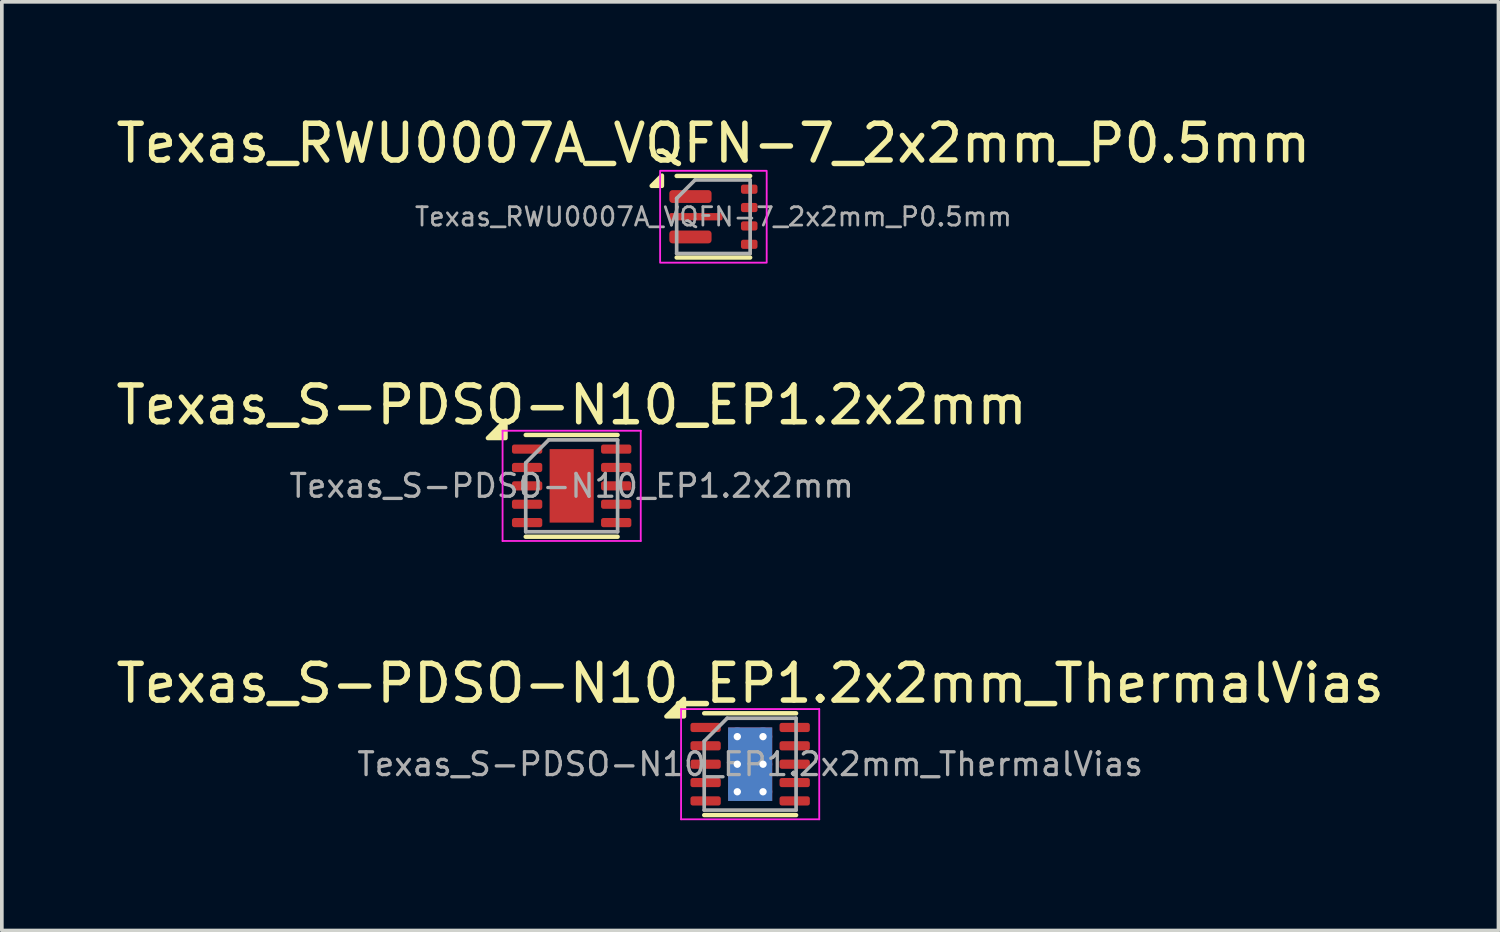
<source format=kicad_pcb>
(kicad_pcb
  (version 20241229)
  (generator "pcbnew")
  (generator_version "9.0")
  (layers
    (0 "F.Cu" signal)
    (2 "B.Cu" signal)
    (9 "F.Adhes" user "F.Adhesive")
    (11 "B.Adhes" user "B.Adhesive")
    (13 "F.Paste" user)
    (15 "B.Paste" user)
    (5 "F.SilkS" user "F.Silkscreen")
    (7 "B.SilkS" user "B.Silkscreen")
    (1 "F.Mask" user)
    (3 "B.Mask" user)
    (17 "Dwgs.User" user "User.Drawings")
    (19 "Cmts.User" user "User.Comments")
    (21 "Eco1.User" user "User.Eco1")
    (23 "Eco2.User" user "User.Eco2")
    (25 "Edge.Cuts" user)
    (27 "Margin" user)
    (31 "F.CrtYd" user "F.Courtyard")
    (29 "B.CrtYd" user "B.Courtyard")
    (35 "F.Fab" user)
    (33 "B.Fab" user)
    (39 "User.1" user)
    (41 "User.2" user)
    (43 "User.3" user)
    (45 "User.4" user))
  (footprint "Texas_S-PDSO-N10_EP1.2x2mm"
    (layer "F.Cu")
    (at 12.506 10.171)
    (property "Reference" "Texas_S-PDSO-N10_EP1.2x2mm" (at 0 -2.2 0) (layer "F.SilkS") (effects (font (size 1 1) (thickness 0.15))))
    (attr smd)
    (fp_line (start -1.25 -1.385) (end 1.25 -1.385) (stroke (width 0.12) (type solid)) (layer "F.SilkS"))
    (fp_line (start -1.25 1.385) (end 1.25 1.385) (stroke (width 0.12) (type solid)) (layer "F.SilkS"))
    (fp_poly (pts (xy -1.8 -1.3) (xy -2.28 -1.3) (xy -1.8 -1.78) (xy -1.8 -1.3)) (stroke (width 0.12) (type solid)) (fill yes) (layer "F.SilkS"))
    (fp_line (start -1.88 -1.5) (end -1.88 1.5) (stroke (width 0.05) (type solid)) (layer "F.CrtYd"))
    (fp_line (start -1.88 1.5) (end 1.88 1.5) (stroke (width 0.05) (type solid)) (layer "F.CrtYd"))
    (fp_line (start 1.88 -1.5) (end -1.88 -1.5) (stroke (width 0.05) (type solid)) (layer "F.CrtYd"))
    (fp_line (start 1.88 1.5) (end 1.88 -1.5) (stroke (width 0.05) (type solid)) (layer "F.CrtYd"))
    (fp_line (start -1.25 -0.625) (end -0.625 -1.25) (stroke (width 0.1) (type solid)) (layer "F.Fab"))
    (fp_line (start -1.25 1.25) (end -1.25 -0.625) (stroke (width 0.1) (type solid)) (layer "F.Fab"))
    (fp_line (start -0.625 -1.25) (end 1.25 -1.25) (stroke (width 0.1) (type solid)) (layer "F.Fab"))
    (fp_line (start 1.25 -1.25) (end 1.25 1.25) (stroke (width 0.1) (type solid)) (layer "F.Fab"))
    (fp_line (start 1.25 1.25) (end -1.25 1.25) (stroke (width 0.1) (type solid)) (layer "F.Fab"))
    (fp_text user "${REFERENCE}" (at 0 0 0) (layer "F.Fab") (effects (font (size 0.62 0.62) (thickness 0.09))))
    (pad "" smd roundrect (at -0.3 -0.5) (size 0.48 0.81) (layers "F.Paste") (roundrect_rratio 0.25))
    (pad "" smd roundrect (at -0.3 0.5) (size 0.48 0.81) (layers "F.Paste") (roundrect_rratio 0.25))
    (pad "" smd roundrect (at 0.3 -0.5) (size 0.48 0.81) (layers "F.Paste") (roundrect_rratio 0.25))
    (pad "" smd roundrect (at 0.3 0.5) (size 0.48 0.81) (layers "F.Paste") (roundrect_rratio 0.25))
    (pad "1" smd roundrect (at -1.212 -1) (size 0.825 0.25) (layers "F.Cu" "F.Mask" "F.Paste") (roundrect_rratio 0.25))
    (pad "2" smd roundrect (at -1.212 -0.5) (size 0.825 0.25) (layers "F.Cu" "F.Mask" "F.Paste") (roundrect_rratio 0.25))
    (pad "3" smd roundrect (at -1.212 0) (size 0.825 0.25) (layers "F.Cu" "F.Mask" "F.Paste") (roundrect_rratio 0.25))
    (pad "4" smd roundrect (at -1.212 0.5) (size 0.825 0.25) (layers "F.Cu" "F.Mask" "F.Paste") (roundrect_rratio 0.25))
    (pad "5" smd roundrect (at -1.212 1) (size 0.825 0.25) (layers "F.Cu" "F.Mask" "F.Paste") (roundrect_rratio 0.25))
    (pad "6" smd roundrect (at 1.212 1) (size 0.825 0.25) (layers "F.Cu" "F.Mask" "F.Paste") (roundrect_rratio 0.25))
    (pad "7" smd roundrect (at 1.212 0.5) (size 0.825 0.25) (layers "F.Cu" "F.Mask" "F.Paste") (roundrect_rratio 0.25))
    (pad "8" smd roundrect (at 1.212 0) (size 0.825 0.25) (layers "F.Cu" "F.Mask" "F.Paste") (roundrect_rratio 0.25))
    (pad "9" smd roundrect (at 1.212 -0.5) (size 0.825 0.25) (layers "F.Cu" "F.Mask" "F.Paste") (roundrect_rratio 0.25))
    (pad "10" smd roundrect (at 1.212 -1) (size 0.825 0.25) (layers "F.Cu" "F.Mask" "F.Paste") (roundrect_rratio 0.25))
    (pad "11" smd rect (at 0 0) (size 1.2 2) (property pad_prop_heatsink) (layers "F.Cu" "F.Mask")))
  (footprint "Texas_S-PDSO-N10_EP1.2x2mm_ThermalVias"
    (layer "F.Cu")
    (at 17.363 17.745)
    (property "Reference" "Texas_S-PDSO-N10_EP1.2x2mm_ThermalVias" (at 0 -2.2 0) (layer "F.SilkS") (effects (font (size 1 1) (thickness 0.15))))
    (attr smd)
    (fp_line (start -1.25 -1.385) (end 1.25 -1.385) (stroke (width 0.12) (type solid)) (layer "F.SilkS"))
    (fp_line (start -1.25 1.385) (end 1.25 1.385) (stroke (width 0.12) (type solid)) (layer "F.SilkS"))
    (fp_poly (pts (xy -1.8 -1.3) (xy -2.28 -1.3) (xy -1.8 -1.78) (xy -1.8 -1.3)) (stroke (width 0.12) (type solid)) (fill yes) (layer "F.SilkS"))
    (fp_line (start -1.88 -1.5) (end -1.88 1.5) (stroke (width 0.05) (type solid)) (layer "F.CrtYd"))
    (fp_line (start -1.88 1.5) (end 1.88 1.5) (stroke (width 0.05) (type solid)) (layer "F.CrtYd"))
    (fp_line (start 1.88 -1.5) (end -1.88 -1.5) (stroke (width 0.05) (type solid)) (layer "F.CrtYd"))
    (fp_line (start 1.88 1.5) (end 1.88 -1.5) (stroke (width 0.05) (type solid)) (layer "F.CrtYd"))
    (fp_line (start -1.25 -0.625) (end -0.625 -1.25) (stroke (width 0.1) (type solid)) (layer "F.Fab"))
    (fp_line (start -1.25 1.25) (end -1.25 -0.625) (stroke (width 0.1) (type solid)) (layer "F.Fab"))
    (fp_line (start -0.625 -1.25) (end 1.25 -1.25) (stroke (width 0.1) (type solid)) (layer "F.Fab"))
    (fp_line (start 1.25 -1.25) (end 1.25 1.25) (stroke (width 0.1) (type solid)) (layer "F.Fab"))
    (fp_line (start 1.25 1.25) (end -1.25 1.25) (stroke (width 0.1) (type solid)) (layer "F.Fab"))
    (fp_text user "${REFERENCE}" (at 0 0 0) (layer "F.Fab") (effects (font (size 0.62 0.62) (thickness 0.09))))
    (pad "" smd roundrect (at -0.3 -0.5) (size 0.5 0.84) (layers "F.Paste") (roundrect_rratio 0.25))
    (pad "" smd roundrect (at -0.3 0.5) (size 0.5 0.84) (layers "F.Paste") (roundrect_rratio 0.25))
    (pad "" smd roundrect (at 0.3 -0.5) (size 0.5 0.84) (layers "F.Paste") (roundrect_rratio 0.25))
    (pad "" smd roundrect (at 0.3 0.5) (size 0.5 0.84) (layers "F.Paste") (roundrect_rratio 0.25))
    (pad "1" smd roundrect (at -1.212 -1) (size 0.825 0.25) (layers "F.Cu" "F.Mask" "F.Paste") (roundrect_rratio 0.25))
    (pad "2" smd roundrect (at -1.212 -0.5) (size 0.825 0.25) (layers "F.Cu" "F.Mask" "F.Paste") (roundrect_rratio 0.25))
    (pad "3" smd roundrect (at -1.212 0) (size 0.825 0.25) (layers "F.Cu" "F.Mask" "F.Paste") (roundrect_rratio 0.25))
    (pad "4" smd roundrect (at -1.212 0.5) (size 0.825 0.25) (layers "F.Cu" "F.Mask" "F.Paste") (roundrect_rratio 0.25))
    (pad "5" smd roundrect (at -1.212 1) (size 0.825 0.25) (layers "F.Cu" "F.Mask" "F.Paste") (roundrect_rratio 0.25))
    (pad "6" smd roundrect (at 1.212 1) (size 0.825 0.25) (layers "F.Cu" "F.Mask" "F.Paste") (roundrect_rratio 0.25))
    (pad "7" smd roundrect (at 1.212 0.5) (size 0.825 0.25) (layers "F.Cu" "F.Mask" "F.Paste") (roundrect_rratio 0.25))
    (pad "8" smd roundrect (at 1.212 0) (size 0.825 0.25) (layers "F.Cu" "F.Mask" "F.Paste") (roundrect_rratio 0.25))
    (pad "9" smd roundrect (at 1.212 -0.5) (size 0.825 0.25) (layers "F.Cu" "F.Mask" "F.Paste") (roundrect_rratio 0.25))
    (pad "10" smd roundrect (at 1.212 -1) (size 0.825 0.25) (layers "F.Cu" "F.Mask" "F.Paste") (roundrect_rratio 0.25))
    (pad "11" thru_hole circle (at -0.35 -0.75) (size 0.5 0.5) (drill 0.2) (property pad_prop_heatsink) (layers "*.Cu"))
    (pad "11" thru_hole circle (at -0.35 0) (size 0.5 0.5) (drill 0.2) (property pad_prop_heatsink) (layers "*.Cu"))
    (pad "11" thru_hole circle (at -0.35 0.75) (size 0.5 0.5) (drill 0.2) (property pad_prop_heatsink) (layers "*.Cu"))
    (pad "11" smd rect (at 0 0) (size 1.2 2) (property pad_prop_heatsink) (layers "F.Cu" "F.Mask"))
    (pad "11" smd rect (at 0 0) (size 1.2 2) (property pad_prop_heatsink) (layers "B.Cu"))
    (pad "11" thru_hole circle (at 0.35 -0.75) (size 0.5 0.5) (drill 0.2) (property pad_prop_heatsink) (layers "*.Cu"))
    (pad "11" thru_hole circle (at 0.35 0) (size 0.5 0.5) (drill 0.2) (property pad_prop_heatsink) (layers "*.Cu"))
    (pad "11" thru_hole circle (at 0.35 0.75) (size 0.5 0.5) (drill 0.2) (property pad_prop_heatsink) (layers "*.Cu")))
  (footprint "Texas_RWU0007A_VQFN-7_2x2mm_P0.5mm"
    (layer "F.Cu")
    (at 16.363 2.848)
    (property "Reference" "Texas_RWU0007A_VQFN-7_2x2mm_P0.5mm" (at 0 -2 0) (layer "F.SilkS") (effects (font (size 1 1) (thickness 0.15))))
    (attr smd)
    (fp_line (start -1 -1.11) (end 1 -1.11) (stroke (width 0.12) (type solid)) (layer "F.SilkS"))
    (fp_line (start 1 1.11) (end -1 1.11) (stroke (width 0.12) (type solid)) (layer "F.SilkS"))
    (fp_poly (pts (xy -1.4 -0.84) (xy -1.68 -0.84) (xy -1.4 -1.12) (xy -1.4 -0.84)) (stroke (width 0.12) (type solid)) (fill yes) (layer "F.SilkS"))
    (fp_rect (start -1.45 -1.25) (end 1.45 1.25) (stroke (width 0.05) (type default)) (fill no) (layer "F.CrtYd"))
    (fp_line (start -1 -0.5) (end -0.5 -1) (stroke (width 0.1) (type solid)) (layer "F.Fab"))
    (fp_line (start -1 1) (end -1 -0.5) (stroke (width 0.1) (type solid)) (layer "F.Fab"))
    (fp_line (start -0.5 -1) (end 1 -1) (stroke (width 0.1) (type solid)) (layer "F.Fab"))
    (fp_line (start 1 -1) (end 1 1) (stroke (width 0.1) (type solid)) (layer "F.Fab"))
    (fp_line (start 1 1) (end -1 1) (stroke (width 0.1) (type solid)) (layer "F.Fab"))
    (fp_text user "${REFERENCE}" (at 0 0 0) (layer "F.Fab") (effects (font (size 0.5 0.5) (thickness 0.075))))
    (pad "" smd roundrect (at -0.963 -0.55) (size 0.475 0.35) (layers "F.Paste") (roundrect_rratio 0.25))
    (pad "" smd roundrect (at -0.963 0.55) (size 0.475 0.35) (layers "F.Paste") (roundrect_rratio 0.25))
    (pad "" smd roundrect (at -0.887 0) (size 0.625 0.2) (layers "F.Paste") (roundrect_rratio 0.25))
    (pad "" smd roundrect (at -0.288 -0.55) (size 0.475 0.35) (layers "F.Paste") (roundrect_rratio 0.25))
    (pad "" smd roundrect (at -0.288 0.55) (size 0.475 0.35) (layers "F.Paste") (roundrect_rratio 0.25))
    (pad "" smd roundrect (at -0.062 0) (size 0.625 0.2) (layers "F.Paste") (roundrect_rratio 0.25))
    (pad "1" smd roundrect (at -0.625 -0.55) (size 1.15 0.35) (layers "F.Cu" "F.Mask") (roundrect_rratio 0.25))
    (pad "2" smd roundrect (at -0.475 0) (size 1.45 0.2) (layers "F.Cu" "F.Mask") (roundrect_rratio 0.25))
    (pad "3" smd roundrect (at -0.625 0.55) (size 1.15 0.35) (layers "F.Cu" "F.Mask") (roundrect_rratio 0.25))
    (pad "4" smd roundrect (at 0.975 0.75) (size 0.45 0.25) (layers "F.Cu" "F.Mask" "F.Paste") (roundrect_rratio 0.25))
    (pad "5" smd roundrect (at 0.975 0.25) (size 0.45 0.25) (layers "F.Cu" "F.Mask" "F.Paste") (roundrect_rratio 0.25))
    (pad "6" smd roundrect (at 0.975 -0.25) (size 0.45 0.25) (layers "F.Cu" "F.Mask" "F.Paste") (roundrect_rratio 0.25))
    (pad "7" smd roundrect (at 0.975 -0.75) (size 0.45 0.25) (layers "F.Cu" "F.Mask" "F.Paste") (roundrect_rratio 0.25)))
  (gr_rect
    (start -3 -3)
    (end 37.726 22.27)
    (stroke (width 0.1) (type default))
    (fill no)
    (layer "Edge.Cuts")))
</source>
